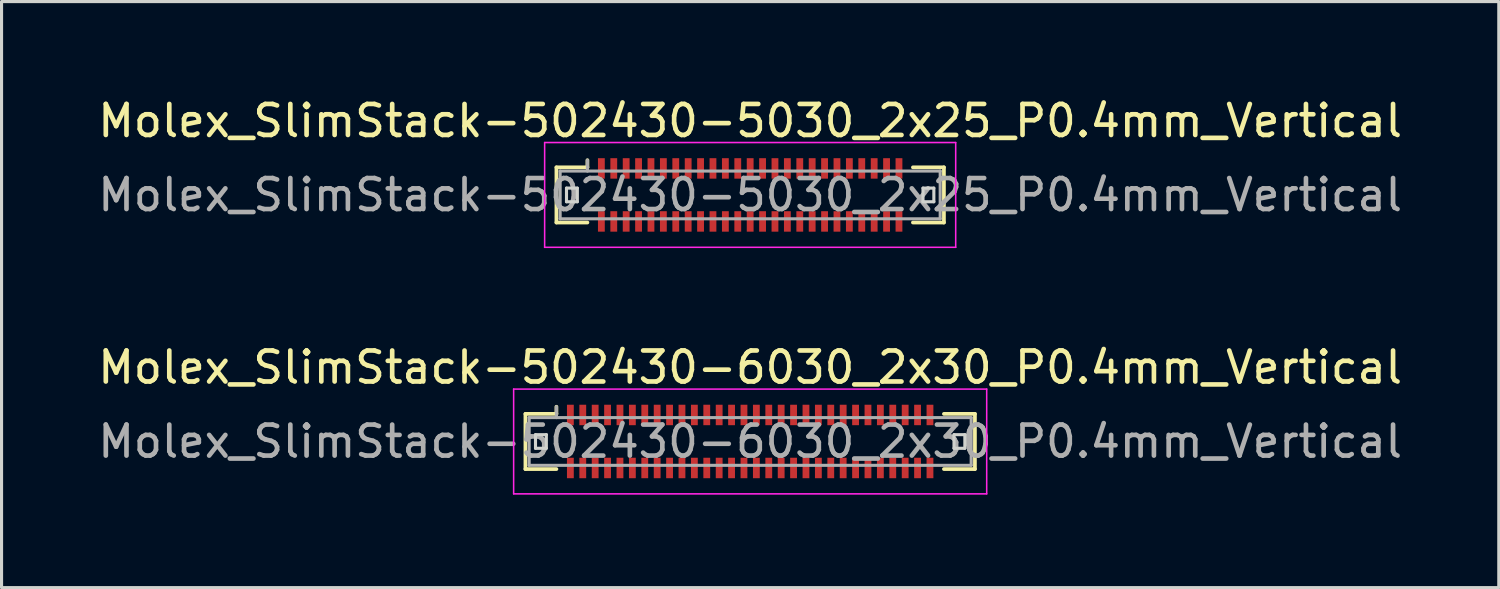
<source format=kicad_pcb>
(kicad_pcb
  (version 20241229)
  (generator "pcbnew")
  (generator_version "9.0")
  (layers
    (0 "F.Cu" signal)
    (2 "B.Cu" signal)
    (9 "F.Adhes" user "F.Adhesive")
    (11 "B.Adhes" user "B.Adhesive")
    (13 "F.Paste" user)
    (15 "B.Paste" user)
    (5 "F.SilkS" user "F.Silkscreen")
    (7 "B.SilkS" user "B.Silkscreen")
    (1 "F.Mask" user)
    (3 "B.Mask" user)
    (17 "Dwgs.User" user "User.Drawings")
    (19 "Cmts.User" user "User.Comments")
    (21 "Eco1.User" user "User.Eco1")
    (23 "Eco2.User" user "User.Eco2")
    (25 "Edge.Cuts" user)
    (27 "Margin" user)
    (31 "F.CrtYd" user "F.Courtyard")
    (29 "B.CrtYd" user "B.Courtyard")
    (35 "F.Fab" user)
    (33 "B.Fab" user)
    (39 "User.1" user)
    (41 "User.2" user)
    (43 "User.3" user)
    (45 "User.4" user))
  (footprint "Molex_SlimStack-502430-5030_2x25_P0.4mm_Vertical"
    (layer "F.Cu")
    (at 21.149 3.238)
    (property "Reference" "Molex_SlimStack-502430-5030_2x25_P0.4mm_Vertical" (at 0 -2.39 0) (layer "F.SilkS") (effects (font (size 1 1) (thickness 0.15))))
    (attr smd)
    (fp_line (start -6.25 -0.89) (end -5.25 -0.89) (stroke (width 0.12) (type solid)) (layer "F.SilkS"))
    (fp_line (start -6.25 0.89) (end -6.25 -0.89) (stroke (width 0.12) (type solid)) (layer "F.SilkS"))
    (fp_line (start -5.25 -0.89) (end -5.25 -1.12) (stroke (width 0.12) (type solid)) (layer "F.SilkS"))
    (fp_line (start -5.25 0.89) (end -6.25 0.89) (stroke (width 0.12) (type solid)) (layer "F.SilkS"))
    (fp_line (start 5.25 0.89) (end 6.25 0.89) (stroke (width 0.12) (type solid)) (layer "F.SilkS"))
    (fp_line (start 6.25 -0.89) (end 5.25 -0.89) (stroke (width 0.12) (type solid)) (layer "F.SilkS"))
    (fp_line (start 6.25 0.89) (end 6.25 -0.89) (stroke (width 0.12) (type solid)) (layer "F.SilkS"))
    (fp_line (start -5.925 -0.22) (end -5.925 0.22) (stroke (width 0.1) (type solid)) (layer "Edge.Cuts"))
    (fp_line (start -5.925 0.22) (end -5.575 0.22) (stroke (width 0.1) (type solid)) (layer "Edge.Cuts"))
    (fp_line (start -5.575 -0.22) (end -5.925 -0.22) (stroke (width 0.1) (type solid)) (layer "Edge.Cuts"))
    (fp_line (start -5.575 0.22) (end -5.575 -0.22) (stroke (width 0.1) (type solid)) (layer "Edge.Cuts"))
    (fp_line (start 5.575 -0.22) (end 5.575 0.22) (stroke (width 0.1) (type solid)) (layer "Edge.Cuts"))
    (fp_line (start 5.575 0.22) (end 5.925 0.22) (stroke (width 0.1) (type solid)) (layer "Edge.Cuts"))
    (fp_line (start 5.925 -0.22) (end 5.575 -0.22) (stroke (width 0.1) (type solid)) (layer "Edge.Cuts"))
    (fp_line (start 5.925 0.22) (end 5.925 -0.22) (stroke (width 0.1) (type solid)) (layer "Edge.Cuts"))
    (fp_line (start -6.63 -1.69) (end -6.63 1.69) (stroke (width 0.05) (type solid)) (layer "F.CrtYd"))
    (fp_line (start -6.63 1.69) (end 6.63 1.69) (stroke (width 0.05) (type solid)) (layer "F.CrtYd"))
    (fp_line (start 6.63 -1.69) (end -6.63 -1.69) (stroke (width 0.05) (type solid)) (layer "F.CrtYd"))
    (fp_line (start 6.63 1.69) (end 6.63 -1.69) (stroke (width 0.05) (type solid)) (layer "F.CrtYd"))
    (fp_line (start -6.13 -0.77) (end -6.13 0.77) (stroke (width 0.1) (type solid)) (layer "F.Fab"))
    (fp_line (start -6.13 0.77) (end 6.13 0.77) (stroke (width 0.1) (type solid)) (layer "F.Fab"))
    (fp_line (start -5.25 -0.77) (end -5.25 -1.12) (stroke (width 0.1) (type solid)) (layer "F.Fab"))
    (fp_line (start 6.13 -0.77) (end -6.13 -0.77) (stroke (width 0.1) (type solid)) (layer "F.Fab"))
    (fp_line (start 6.13 0.77) (end 6.13 -0.77) (stroke (width 0.1) (type solid)) (layer "F.Fab"))
    (fp_text user "${REFERENCE}" (at 0 0 0) (layer "F.Fab") (effects (font (size 1 1) (thickness 0.15))))
    (pad "1" smd rect (at -4.8 -0.855) (size 0.22 0.66) (layers "F.Cu" "F.Mask" "F.Paste"))
    (pad "2" smd rect (at -4.8 0.855) (size 0.22 0.66) (layers "F.Cu" "F.Mask" "F.Paste"))
    (pad "3" smd rect (at -4.4 -0.855) (size 0.22 0.66) (layers "F.Cu" "F.Mask" "F.Paste"))
    (pad "4" smd rect (at -4.4 0.855) (size 0.22 0.66) (layers "F.Cu" "F.Mask" "F.Paste"))
    (pad "5" smd rect (at -4 -0.855) (size 0.22 0.66) (layers "F.Cu" "F.Mask" "F.Paste"))
    (pad "6" smd rect (at -4 0.855) (size 0.22 0.66) (layers "F.Cu" "F.Mask" "F.Paste"))
    (pad "7" smd rect (at -3.6 -0.855) (size 0.22 0.66) (layers "F.Cu" "F.Mask" "F.Paste"))
    (pad "8" smd rect (at -3.6 0.855) (size 0.22 0.66) (layers "F.Cu" "F.Mask" "F.Paste"))
    (pad "9" smd rect (at -3.2 -0.855) (size 0.22 0.66) (layers "F.Cu" "F.Mask" "F.Paste"))
    (pad "10" smd rect (at -3.2 0.855) (size 0.22 0.66) (layers "F.Cu" "F.Mask" "F.Paste"))
    (pad "11" smd rect (at -2.8 -0.855) (size 0.22 0.66) (layers "F.Cu" "F.Mask" "F.Paste"))
    (pad "12" smd rect (at -2.8 0.855) (size 0.22 0.66) (layers "F.Cu" "F.Mask" "F.Paste"))
    (pad "13" smd rect (at -2.4 -0.855) (size 0.22 0.66) (layers "F.Cu" "F.Mask" "F.Paste"))
    (pad "14" smd rect (at -2.4 0.855) (size 0.22 0.66) (layers "F.Cu" "F.Mask" "F.Paste"))
    (pad "15" smd rect (at -2 -0.855) (size 0.22 0.66) (layers "F.Cu" "F.Mask" "F.Paste"))
    (pad "16" smd rect (at -2 0.855) (size 0.22 0.66) (layers "F.Cu" "F.Mask" "F.Paste"))
    (pad "17" smd rect (at -1.6 -0.855) (size 0.22 0.66) (layers "F.Cu" "F.Mask" "F.Paste"))
    (pad "18" smd rect (at -1.6 0.855) (size 0.22 0.66) (layers "F.Cu" "F.Mask" "F.Paste"))
    (pad "19" smd rect (at -1.2 -0.855) (size 0.22 0.66) (layers "F.Cu" "F.Mask" "F.Paste"))
    (pad "20" smd rect (at -1.2 0.855) (size 0.22 0.66) (layers "F.Cu" "F.Mask" "F.Paste"))
    (pad "21" smd rect (at -0.8 -0.855) (size 0.22 0.66) (layers "F.Cu" "F.Mask" "F.Paste"))
    (pad "22" smd rect (at -0.8 0.855) (size 0.22 0.66) (layers "F.Cu" "F.Mask" "F.Paste"))
    (pad "23" smd rect (at -0.4 -0.855) (size 0.22 0.66) (layers "F.Cu" "F.Mask" "F.Paste"))
    (pad "24" smd rect (at -0.4 0.855) (size 0.22 0.66) (layers "F.Cu" "F.Mask" "F.Paste"))
    (pad "25" smd rect (at 0 -0.855) (size 0.22 0.66) (layers "F.Cu" "F.Mask" "F.Paste"))
    (pad "26" smd rect (at 0 0.855) (size 0.22 0.66) (layers "F.Cu" "F.Mask" "F.Paste"))
    (pad "27" smd rect (at 0.4 -0.855) (size 0.22 0.66) (layers "F.Cu" "F.Mask" "F.Paste"))
    (pad "28" smd rect (at 0.4 0.855) (size 0.22 0.66) (layers "F.Cu" "F.Mask" "F.Paste"))
    (pad "29" smd rect (at 0.8 -0.855) (size 0.22 0.66) (layers "F.Cu" "F.Mask" "F.Paste"))
    (pad "30" smd rect (at 0.8 0.855) (size 0.22 0.66) (layers "F.Cu" "F.Mask" "F.Paste"))
    (pad "31" smd rect (at 1.2 -0.855) (size 0.22 0.66) (layers "F.Cu" "F.Mask" "F.Paste"))
    (pad "32" smd rect (at 1.2 0.855) (size 0.22 0.66) (layers "F.Cu" "F.Mask" "F.Paste"))
    (pad "33" smd rect (at 1.6 -0.855) (size 0.22 0.66) (layers "F.Cu" "F.Mask" "F.Paste"))
    (pad "34" smd rect (at 1.6 0.855) (size 0.22 0.66) (layers "F.Cu" "F.Mask" "F.Paste"))
    (pad "35" smd rect (at 2 -0.855) (size 0.22 0.66) (layers "F.Cu" "F.Mask" "F.Paste"))
    (pad "36" smd rect (at 2 0.855) (size 0.22 0.66) (layers "F.Cu" "F.Mask" "F.Paste"))
    (pad "37" smd rect (at 2.4 -0.855) (size 0.22 0.66) (layers "F.Cu" "F.Mask" "F.Paste"))
    (pad "38" smd rect (at 2.4 0.855) (size 0.22 0.66) (layers "F.Cu" "F.Mask" "F.Paste"))
    (pad "39" smd rect (at 2.8 -0.855) (size 0.22 0.66) (layers "F.Cu" "F.Mask" "F.Paste"))
    (pad "40" smd rect (at 2.8 0.855) (size 0.22 0.66) (layers "F.Cu" "F.Mask" "F.Paste"))
    (pad "41" smd rect (at 3.2 -0.855) (size 0.22 0.66) (layers "F.Cu" "F.Mask" "F.Paste"))
    (pad "42" smd rect (at 3.2 0.855) (size 0.22 0.66) (layers "F.Cu" "F.Mask" "F.Paste"))
    (pad "43" smd rect (at 3.6 -0.855) (size 0.22 0.66) (layers "F.Cu" "F.Mask" "F.Paste"))
    (pad "44" smd rect (at 3.6 0.855) (size 0.22 0.66) (layers "F.Cu" "F.Mask" "F.Paste"))
    (pad "45" smd rect (at 4 -0.855) (size 0.22 0.66) (layers "F.Cu" "F.Mask" "F.Paste"))
    (pad "46" smd rect (at 4 0.855) (size 0.22 0.66) (layers "F.Cu" "F.Mask" "F.Paste"))
    (pad "47" smd rect (at 4.4 -0.855) (size 0.22 0.66) (layers "F.Cu" "F.Mask" "F.Paste"))
    (pad "48" smd rect (at 4.4 0.855) (size 0.22 0.66) (layers "F.Cu" "F.Mask" "F.Paste"))
    (pad "49" smd rect (at 4.8 -0.855) (size 0.22 0.66) (layers "F.Cu" "F.Mask" "F.Paste"))
    (pad "50" smd rect (at 4.8 0.855) (size 0.22 0.66) (layers "F.Cu" "F.Mask" "F.Paste")))
  (footprint "Molex_SlimStack-502430-6030_2x30_P0.4mm_Vertical"
    (layer "F.Cu")
    (at 21.149 11.191)
    (property "Reference" "Molex_SlimStack-502430-6030_2x30_P0.4mm_Vertical" (at 0 -2.39 0) (layer "F.SilkS") (effects (font (size 1 1) (thickness 0.15))))
    (attr smd)
    (fp_line (start -7.25 -0.89) (end -6.25 -0.89) (stroke (width 0.12) (type solid)) (layer "F.SilkS"))
    (fp_line (start -7.25 0.89) (end -7.25 -0.89) (stroke (width 0.12) (type solid)) (layer "F.SilkS"))
    (fp_line (start -6.25 -0.89) (end -6.25 -1.12) (stroke (width 0.12) (type solid)) (layer "F.SilkS"))
    (fp_line (start -6.25 0.89) (end -7.25 0.89) (stroke (width 0.12) (type solid)) (layer "F.SilkS"))
    (fp_line (start 6.25 0.89) (end 7.25 0.89) (stroke (width 0.12) (type solid)) (layer "F.SilkS"))
    (fp_line (start 7.25 -0.89) (end 6.25 -0.89) (stroke (width 0.12) (type solid)) (layer "F.SilkS"))
    (fp_line (start 7.25 0.89) (end 7.25 -0.89) (stroke (width 0.12) (type solid)) (layer "F.SilkS"))
    (fp_line (start -6.925 -0.22) (end -6.925 0.22) (stroke (width 0.1) (type solid)) (layer "Edge.Cuts"))
    (fp_line (start -6.925 0.22) (end -6.575 0.22) (stroke (width 0.1) (type solid)) (layer "Edge.Cuts"))
    (fp_line (start -6.575 -0.22) (end -6.925 -0.22) (stroke (width 0.1) (type solid)) (layer "Edge.Cuts"))
    (fp_line (start -6.575 0.22) (end -6.575 -0.22) (stroke (width 0.1) (type solid)) (layer "Edge.Cuts"))
    (fp_line (start 6.575 -0.22) (end 6.575 0.22) (stroke (width 0.1) (type solid)) (layer "Edge.Cuts"))
    (fp_line (start 6.575 0.22) (end 6.925 0.22) (stroke (width 0.1) (type solid)) (layer "Edge.Cuts"))
    (fp_line (start 6.925 -0.22) (end 6.575 -0.22) (stroke (width 0.1) (type solid)) (layer "Edge.Cuts"))
    (fp_line (start 6.925 0.22) (end 6.925 -0.22) (stroke (width 0.1) (type solid)) (layer "Edge.Cuts"))
    (fp_line (start -7.63 -1.69) (end -7.63 1.69) (stroke (width 0.05) (type solid)) (layer "F.CrtYd"))
    (fp_line (start -7.63 1.69) (end 7.63 1.69) (stroke (width 0.05) (type solid)) (layer "F.CrtYd"))
    (fp_line (start 7.63 -1.69) (end -7.63 -1.69) (stroke (width 0.05) (type solid)) (layer "F.CrtYd"))
    (fp_line (start 7.63 1.69) (end 7.63 -1.69) (stroke (width 0.05) (type solid)) (layer "F.CrtYd"))
    (fp_line (start -7.13 -0.77) (end -7.13 0.77) (stroke (width 0.1) (type solid)) (layer "F.Fab"))
    (fp_line (start -7.13 0.77) (end 7.13 0.77) (stroke (width 0.1) (type solid)) (layer "F.Fab"))
    (fp_line (start -6.25 -0.77) (end -6.25 -1.12) (stroke (width 0.1) (type solid)) (layer "F.Fab"))
    (fp_line (start 7.13 -0.77) (end -7.13 -0.77) (stroke (width 0.1) (type solid)) (layer "F.Fab"))
    (fp_line (start 7.13 0.77) (end 7.13 -0.77) (stroke (width 0.1) (type solid)) (layer "F.Fab"))
    (fp_text user "${REFERENCE}" (at 0 0 0) (layer "F.Fab") (effects (font (size 1 1) (thickness 0.15))))
    (pad "1" smd rect (at -5.8 -0.855) (size 0.22 0.66) (layers "F.Cu" "F.Mask" "F.Paste"))
    (pad "2" smd rect (at -5.8 0.855) (size 0.22 0.66) (layers "F.Cu" "F.Mask" "F.Paste"))
    (pad "3" smd rect (at -5.4 -0.855) (size 0.22 0.66) (layers "F.Cu" "F.Mask" "F.Paste"))
    (pad "4" smd rect (at -5.4 0.855) (size 0.22 0.66) (layers "F.Cu" "F.Mask" "F.Paste"))
    (pad "5" smd rect (at -5 -0.855) (size 0.22 0.66) (layers "F.Cu" "F.Mask" "F.Paste"))
    (pad "6" smd rect (at -5 0.855) (size 0.22 0.66) (layers "F.Cu" "F.Mask" "F.Paste"))
    (pad "7" smd rect (at -4.6 -0.855) (size 0.22 0.66) (layers "F.Cu" "F.Mask" "F.Paste"))
    (pad "8" smd rect (at -4.6 0.855) (size 0.22 0.66) (layers "F.Cu" "F.Mask" "F.Paste"))
    (pad "9" smd rect (at -4.2 -0.855) (size 0.22 0.66) (layers "F.Cu" "F.Mask" "F.Paste"))
    (pad "10" smd rect (at -4.2 0.855) (size 0.22 0.66) (layers "F.Cu" "F.Mask" "F.Paste"))
    (pad "11" smd rect (at -3.8 -0.855) (size 0.22 0.66) (layers "F.Cu" "F.Mask" "F.Paste"))
    (pad "12" smd rect (at -3.8 0.855) (size 0.22 0.66) (layers "F.Cu" "F.Mask" "F.Paste"))
    (pad "13" smd rect (at -3.4 -0.855) (size 0.22 0.66) (layers "F.Cu" "F.Mask" "F.Paste"))
    (pad "14" smd rect (at -3.4 0.855) (size 0.22 0.66) (layers "F.Cu" "F.Mask" "F.Paste"))
    (pad "15" smd rect (at -3 -0.855) (size 0.22 0.66) (layers "F.Cu" "F.Mask" "F.Paste"))
    (pad "16" smd rect (at -3 0.855) (size 0.22 0.66) (layers "F.Cu" "F.Mask" "F.Paste"))
    (pad "17" smd rect (at -2.6 -0.855) (size 0.22 0.66) (layers "F.Cu" "F.Mask" "F.Paste"))
    (pad "18" smd rect (at -2.6 0.855) (size 0.22 0.66) (layers "F.Cu" "F.Mask" "F.Paste"))
    (pad "19" smd rect (at -2.2 -0.855) (size 0.22 0.66) (layers "F.Cu" "F.Mask" "F.Paste"))
    (pad "20" smd rect (at -2.2 0.855) (size 0.22 0.66) (layers "F.Cu" "F.Mask" "F.Paste"))
    (pad "21" smd rect (at -1.8 -0.855) (size 0.22 0.66) (layers "F.Cu" "F.Mask" "F.Paste"))
    (pad "22" smd rect (at -1.8 0.855) (size 0.22 0.66) (layers "F.Cu" "F.Mask" "F.Paste"))
    (pad "23" smd rect (at -1.4 -0.855) (size 0.22 0.66) (layers "F.Cu" "F.Mask" "F.Paste"))
    (pad "24" smd rect (at -1.4 0.855) (size 0.22 0.66) (layers "F.Cu" "F.Mask" "F.Paste"))
    (pad "25" smd rect (at -1 -0.855) (size 0.22 0.66) (layers "F.Cu" "F.Mask" "F.Paste"))
    (pad "26" smd rect (at -1 0.855) (size 0.22 0.66) (layers "F.Cu" "F.Mask" "F.Paste"))
    (pad "27" smd rect (at -0.6 -0.855) (size 0.22 0.66) (layers "F.Cu" "F.Mask" "F.Paste"))
    (pad "28" smd rect (at -0.6 0.855) (size 0.22 0.66) (layers "F.Cu" "F.Mask" "F.Paste"))
    (pad "29" smd rect (at -0.2 -0.855) (size 0.22 0.66) (layers "F.Cu" "F.Mask" "F.Paste"))
    (pad "30" smd rect (at -0.2 0.855) (size 0.22 0.66) (layers "F.Cu" "F.Mask" "F.Paste"))
    (pad "31" smd rect (at 0.2 -0.855) (size 0.22 0.66) (layers "F.Cu" "F.Mask" "F.Paste"))
    (pad "32" smd rect (at 0.2 0.855) (size 0.22 0.66) (layers "F.Cu" "F.Mask" "F.Paste"))
    (pad "33" smd rect (at 0.6 -0.855) (size 0.22 0.66) (layers "F.Cu" "F.Mask" "F.Paste"))
    (pad "34" smd rect (at 0.6 0.855) (size 0.22 0.66) (layers "F.Cu" "F.Mask" "F.Paste"))
    (pad "35" smd rect (at 1 -0.855) (size 0.22 0.66) (layers "F.Cu" "F.Mask" "F.Paste"))
    (pad "36" smd rect (at 1 0.855) (size 0.22 0.66) (layers "F.Cu" "F.Mask" "F.Paste"))
    (pad "37" smd rect (at 1.4 -0.855) (size 0.22 0.66) (layers "F.Cu" "F.Mask" "F.Paste"))
    (pad "38" smd rect (at 1.4 0.855) (size 0.22 0.66) (layers "F.Cu" "F.Mask" "F.Paste"))
    (pad "39" smd rect (at 1.8 -0.855) (size 0.22 0.66) (layers "F.Cu" "F.Mask" "F.Paste"))
    (pad "40" smd rect (at 1.8 0.855) (size 0.22 0.66) (layers "F.Cu" "F.Mask" "F.Paste"))
    (pad "41" smd rect (at 2.2 -0.855) (size 0.22 0.66) (layers "F.Cu" "F.Mask" "F.Paste"))
    (pad "42" smd rect (at 2.2 0.855) (size 0.22 0.66) (layers "F.Cu" "F.Mask" "F.Paste"))
    (pad "43" smd rect (at 2.6 -0.855) (size 0.22 0.66) (layers "F.Cu" "F.Mask" "F.Paste"))
    (pad "44" smd rect (at 2.6 0.855) (size 0.22 0.66) (layers "F.Cu" "F.Mask" "F.Paste"))
    (pad "45" smd rect (at 3 -0.855) (size 0.22 0.66) (layers "F.Cu" "F.Mask" "F.Paste"))
    (pad "46" smd rect (at 3 0.855) (size 0.22 0.66) (layers "F.Cu" "F.Mask" "F.Paste"))
    (pad "47" smd rect (at 3.4 -0.855) (size 0.22 0.66) (layers "F.Cu" "F.Mask" "F.Paste"))
    (pad "48" smd rect (at 3.4 0.855) (size 0.22 0.66) (layers "F.Cu" "F.Mask" "F.Paste"))
    (pad "49" smd rect (at 3.8 -0.855) (size 0.22 0.66) (layers "F.Cu" "F.Mask" "F.Paste"))
    (pad "50" smd rect (at 3.8 0.855) (size 0.22 0.66) (layers "F.Cu" "F.Mask" "F.Paste"))
    (pad "51" smd rect (at 4.2 -0.855) (size 0.22 0.66) (layers "F.Cu" "F.Mask" "F.Paste"))
    (pad "52" smd rect (at 4.2 0.855) (size 0.22 0.66) (layers "F.Cu" "F.Mask" "F.Paste"))
    (pad "53" smd rect (at 4.6 -0.855) (size 0.22 0.66) (layers "F.Cu" "F.Mask" "F.Paste"))
    (pad "54" smd rect (at 4.6 0.855) (size 0.22 0.66) (layers "F.Cu" "F.Mask" "F.Paste"))
    (pad "55" smd rect (at 5 -0.855) (size 0.22 0.66) (layers "F.Cu" "F.Mask" "F.Paste"))
    (pad "56" smd rect (at 5 0.855) (size 0.22 0.66) (layers "F.Cu" "F.Mask" "F.Paste"))
    (pad "57" smd rect (at 5.4 -0.855) (size 0.22 0.66) (layers "F.Cu" "F.Mask" "F.Paste"))
    (pad "58" smd rect (at 5.4 0.855) (size 0.22 0.66) (layers "F.Cu" "F.Mask" "F.Paste"))
    (pad "59" smd rect (at 5.8 -0.855) (size 0.22 0.66) (layers "F.Cu" "F.Mask" "F.Paste"))
    (pad "60" smd rect (at 5.8 0.855) (size 0.22 0.66) (layers "F.Cu" "F.Mask" "F.Paste")))
  (gr_rect
    (start -3 -3)
    (end 45.298 15.906)
    (stroke (width 0.1) (type default))
    (fill no)
    (layer "Edge.Cuts")))
</source>
